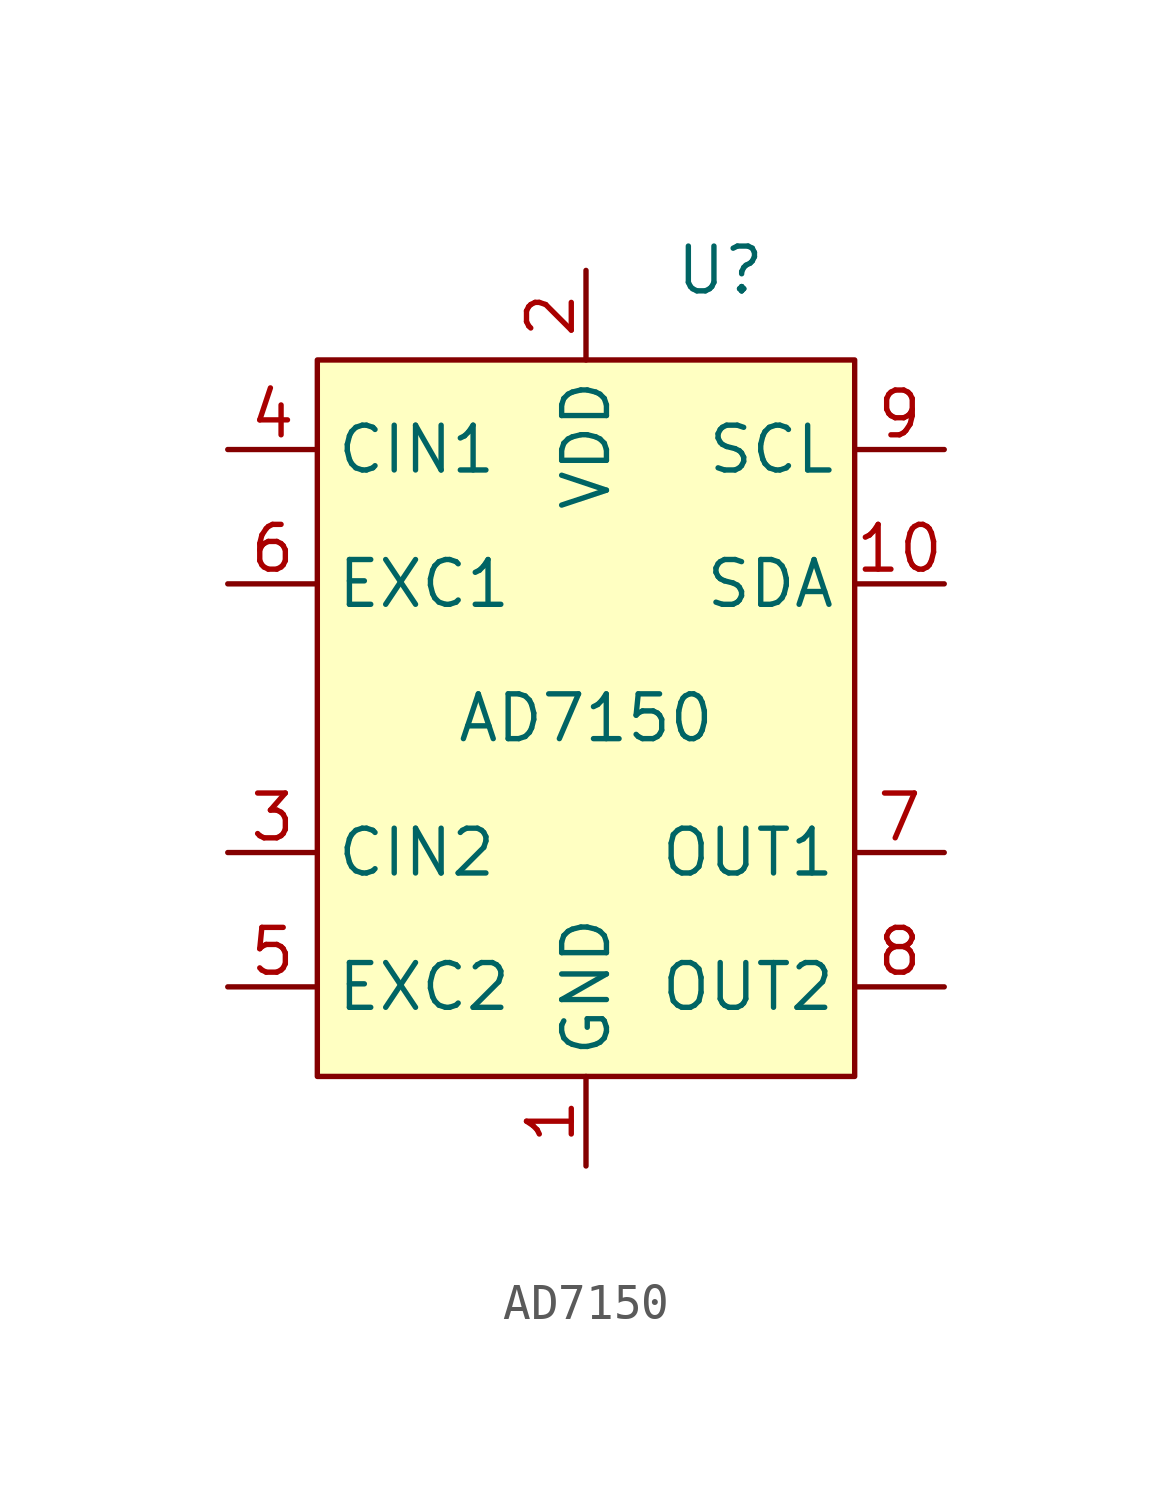
<source format=kicad_sym>
(kicad_symbol_lib
  (version 20220914)
  (generator kicad_symbol_editor)
  (symbol "AD7150"
    (property "Reference" "U"
      (at 3.81 12.7 0)
      (effects (font (size 1.27 1.27))))
    (property "Value" "AD7150"
      (at 0 0 0)
      (effects (font (size 1.27 1.27))))
    (symbol "AD7150_0_1"
      (rectangle (start -7.62 10.16) (end 7.62 -10.16) (stroke (width 0) (type default)) (fill (type background))))
    (symbol "AD7150_1_1"
      (pin power_in line (at 0 -12.7 90) (length 2.54) (name "GND" (effects (font (size 1.27 1.27)))) (number "1" (effects (font (size 1.27 1.27)))))
      (pin bidirectional line (at 10.16 3.81 180) (length 2.54) (name "SDA" (effects (font (size 1.27 1.27)))) (number "10" (effects (font (size 1.27 1.27)))))
      (pin power_in line (at 0 12.7 270) (length 2.54) (name "VDD" (effects (font (size 1.27 1.27)))) (number "2" (effects (font (size 1.27 1.27)))))
      (pin input line (at -10.16 -3.81 0) (length 2.54) (name "CIN2" (effects (font (size 1.27 1.27)))) (number "3" (effects (font (size 1.27 1.27)))))
      (pin input line (at -10.16 7.62 0) (length 2.54) (name "CIN1" (effects (font (size 1.27 1.27)))) (number "4" (effects (font (size 1.27 1.27)))))
      (pin output line (at -10.16 -7.62 0) (length 2.54) (name "EXC2" (effects (font (size 1.27 1.27)))) (number "5" (effects (font (size 1.27 1.27)))))
      (pin output line (at -10.16 3.81 0) (length 2.54) (name "EXC1" (effects (font (size 1.27 1.27)))) (number "6" (effects (font (size 1.27 1.27)))))
      (pin output line (at 10.16 -3.81 180) (length 2.54) (name "OUT1" (effects (font (size 1.27 1.27)))) (number "7" (effects (font (size 1.27 1.27)))))
      (pin output line (at 10.16 -7.62 180) (length 2.54) (name "OUT2" (effects (font (size 1.27 1.27)))) (number "8" (effects (font (size 1.27 1.27)))))
      (pin bidirectional line (at 10.16 7.62 180) (length 2.54) (name "SCL" (effects (font (size 1.27 1.27)))) (number "9" (effects (font (size 1.27 1.27))))))))
</source>
